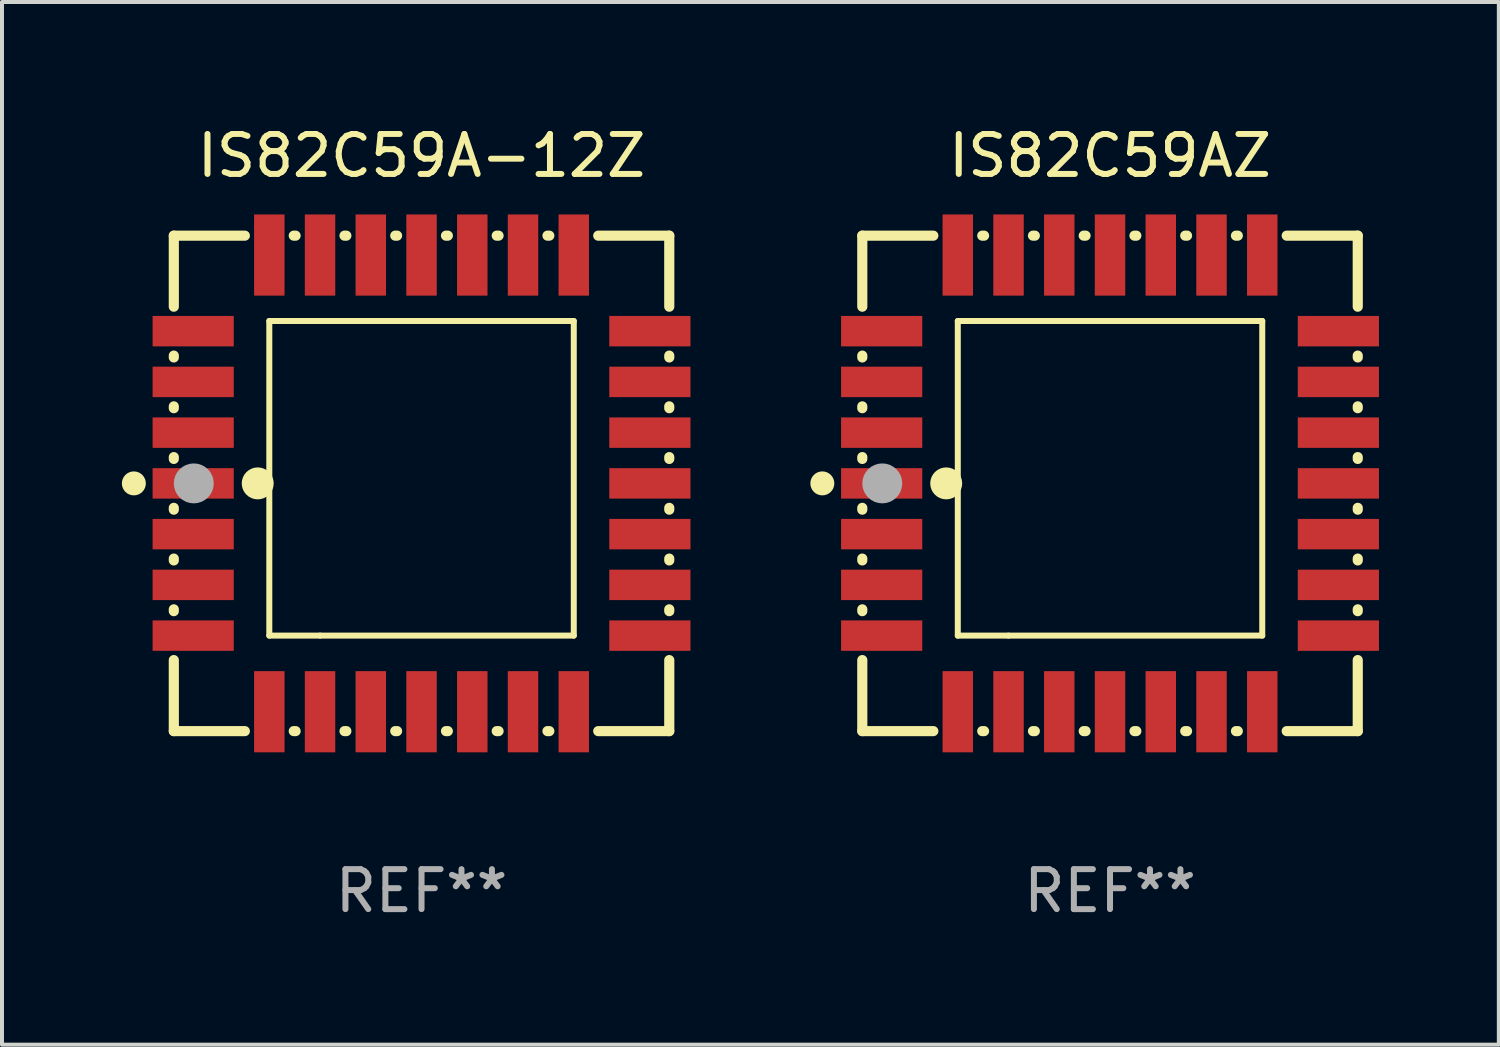
<source format=kicad_pcb>
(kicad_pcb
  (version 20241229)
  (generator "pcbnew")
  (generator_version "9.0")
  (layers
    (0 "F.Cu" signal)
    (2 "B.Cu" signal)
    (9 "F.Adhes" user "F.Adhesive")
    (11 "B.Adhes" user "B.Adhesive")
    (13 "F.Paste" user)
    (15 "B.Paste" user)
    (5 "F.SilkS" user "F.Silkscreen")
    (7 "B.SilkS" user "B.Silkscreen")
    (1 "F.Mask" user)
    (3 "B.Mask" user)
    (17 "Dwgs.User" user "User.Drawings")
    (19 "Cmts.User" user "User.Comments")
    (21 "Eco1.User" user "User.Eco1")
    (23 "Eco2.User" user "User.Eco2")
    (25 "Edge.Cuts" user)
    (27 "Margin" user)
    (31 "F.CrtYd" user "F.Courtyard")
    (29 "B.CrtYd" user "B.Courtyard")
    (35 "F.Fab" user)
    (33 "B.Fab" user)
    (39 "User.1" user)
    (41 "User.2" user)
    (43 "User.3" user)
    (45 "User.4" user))
  (footprint "IS82C59AZ"
    (layer "F.Cu")
    (at 24.731 9.048)
    (property "Reference" "IS82C59AZ" (at 0 -8.2 0) (layer "F.SilkS") (effects (font (size 1 1) (thickness 0.15))))
    (attr through_hole)
    (fp_line (start -6.2 -6.2) (end -4.422 -6.2) (stroke (width 0.254) (type solid)) (layer "F.SilkS"))
    (fp_line (start -6.2 -4.422) (end -6.2 -6.2) (stroke (width 0.254) (type solid)) (layer "F.SilkS"))
    (fp_line (start -6.2 -3.152) (end -6.2 -3.198) (stroke (width 0.254) (type solid)) (layer "F.SilkS"))
    (fp_line (start -6.2 -1.882) (end -6.2 -1.928) (stroke (width 0.254) (type solid)) (layer "F.SilkS"))
    (fp_line (start -6.2 -0.612) (end -6.2 -0.658) (stroke (width 0.254) (type solid)) (layer "F.SilkS"))
    (fp_line (start -6.2 0.658) (end -6.2 0.612) (stroke (width 0.254) (type solid)) (layer "F.SilkS"))
    (fp_line (start -6.2 1.928) (end -6.2 1.882) (stroke (width 0.254) (type solid)) (layer "F.SilkS"))
    (fp_line (start -6.2 3.198) (end -6.2 3.152) (stroke (width 0.254) (type solid)) (layer "F.SilkS"))
    (fp_line (start -6.2 6.2) (end -6.2 4.422) (stroke (width 0.254) (type solid)) (layer "F.SilkS"))
    (fp_line (start -4.422 6.2) (end -6.2 6.2) (stroke (width 0.254) (type solid)) (layer "F.SilkS"))
    (fp_line (start -3.81 -4.064) (end 3.81 -4.064) (stroke (width 0.15) (type solid)) (layer "F.SilkS"))
    (fp_line (start -3.81 3.81) (end -3.81 -4.064) (stroke (width 0.15) (type solid)) (layer "F.SilkS"))
    (fp_line (start -3.198 -6.2) (end -3.152 -6.2) (stroke (width 0.254) (type solid)) (layer "F.SilkS"))
    (fp_line (start -3.152 6.2) (end -3.198 6.2) (stroke (width 0.254) (type solid)) (layer "F.SilkS"))
    (fp_line (start -2.54 3.81) (end -3.81 3.81) (stroke (width 0.15) (type solid)) (layer "F.SilkS"))
    (fp_line (start -1.928 -6.2) (end -1.882 -6.2) (stroke (width 0.254) (type solid)) (layer "F.SilkS"))
    (fp_line (start -1.882 6.2) (end -1.928 6.2) (stroke (width 0.254) (type solid)) (layer "F.SilkS"))
    (fp_line (start -0.658 -6.2) (end -0.612 -6.2) (stroke (width 0.254) (type solid)) (layer "F.SilkS"))
    (fp_line (start -0.612 6.2) (end -0.658 6.2) (stroke (width 0.254) (type solid)) (layer "F.SilkS"))
    (fp_line (start 0.612 -6.2) (end 0.658 -6.2) (stroke (width 0.254) (type solid)) (layer "F.SilkS"))
    (fp_line (start 0.658 6.2) (end 0.612 6.2) (stroke (width 0.254) (type solid)) (layer "F.SilkS"))
    (fp_line (start 1.882 -6.2) (end 1.928 -6.2) (stroke (width 0.254) (type solid)) (layer "F.SilkS"))
    (fp_line (start 1.928 6.2) (end 1.882 6.2) (stroke (width 0.254) (type solid)) (layer "F.SilkS"))
    (fp_line (start 3.152 -6.2) (end 3.198 -6.2) (stroke (width 0.254) (type solid)) (layer "F.SilkS"))
    (fp_line (start 3.198 6.2) (end 3.152 6.2) (stroke (width 0.254) (type solid)) (layer "F.SilkS"))
    (fp_line (start 3.81 -4.064) (end 3.81 3.81) (stroke (width 0.15) (type solid)) (layer "F.SilkS"))
    (fp_line (start 3.81 3.81) (end -2.54 3.81) (stroke (width 0.15) (type solid)) (layer "F.SilkS"))
    (fp_line (start 4.422 -6.2) (end 6.2 -6.2) (stroke (width 0.254) (type solid)) (layer "F.SilkS"))
    (fp_line (start 6.2 -6.2) (end 6.2 -4.422) (stroke (width 0.254) (type solid)) (layer "F.SilkS"))
    (fp_line (start 6.2 -3.198) (end 6.2 -3.152) (stroke (width 0.254) (type solid)) (layer "F.SilkS"))
    (fp_line (start 6.2 -1.928) (end 6.2 -1.882) (stroke (width 0.254) (type solid)) (layer "F.SilkS"))
    (fp_line (start 6.2 -0.658) (end 6.2 -0.612) (stroke (width 0.254) (type solid)) (layer "F.SilkS"))
    (fp_line (start 6.2 0.612) (end 6.2 0.658) (stroke (width 0.254) (type solid)) (layer "F.SilkS"))
    (fp_line (start 6.2 1.882) (end 6.2 1.928) (stroke (width 0.254) (type solid)) (layer "F.SilkS"))
    (fp_line (start 6.2 3.152) (end 6.2 3.198) (stroke (width 0.254) (type solid)) (layer "F.SilkS"))
    (fp_line (start 6.2 4.422) (end 6.2 6.2) (stroke (width 0.254) (type solid)) (layer "F.SilkS"))
    (fp_line (start 6.2 6.2) (end 4.422 6.2) (stroke (width 0.254) (type solid)) (layer "F.SilkS"))
    (fp_circle (center -7.2 0) (end -7.05 0) (stroke (width 0.3) (type solid)) (fill no) (layer "F.SilkS"))
    (fp_circle (center -6.223 6.223) (end -6.193 6.223) (stroke (width 0.06) (type solid)) (fill no) (layer "F.SilkS"))
    (fp_circle (center -4.1 0) (end -3.9 0) (stroke (width 0.4) (type solid)) (fill no) (layer "F.SilkS"))
    (fp_circle (center -5.7 0) (end -5.45 0) (stroke (width 0.5) (type solid)) (fill no) (layer "F.Fab"))
    (fp_text user "REF**" (at 0 10.2 0) (layer "F.Fab") (effects (font (size 1 1) (thickness 0.15))))
    (pad "1" smd rect (at -5.715 0) (size 2.032 0.762) (layers "F.Cu" "F.Mask" "F.Paste"))
    (pad "2" smd rect (at -5.715 1.27) (size 2.032 0.762) (layers "F.Cu" "F.Mask" "F.Paste"))
    (pad "3" smd rect (at -5.715 2.54) (size 2.032 0.762) (layers "F.Cu" "F.Mask" "F.Paste"))
    (pad "4" smd rect (at -5.715 3.81) (size 2.032 0.762) (layers "F.Cu" "F.Mask" "F.Paste"))
    (pad "5" smd rect (at -3.81 5.715) (size 0.762 2.032) (layers "F.Cu" "F.Mask" "F.Paste"))
    (pad "6" smd rect (at -2.54 5.715) (size 0.762 2.032) (layers "F.Cu" "F.Mask" "F.Paste"))
    (pad "7" smd rect (at -1.27 5.715) (size 0.762 2.032) (layers "F.Cu" "F.Mask" "F.Paste"))
    (pad "8" smd rect (at 0 5.715) (size 0.762 2.032) (layers "F.Cu" "F.Mask" "F.Paste"))
    (pad "9" smd rect (at 1.27 5.715) (size 0.762 2.032) (layers "F.Cu" "F.Mask" "F.Paste"))
    (pad "10" smd rect (at 2.54 5.715) (size 0.762 2.032) (layers "F.Cu" "F.Mask" "F.Paste"))
    (pad "11" smd rect (at 3.81 5.715) (size 0.762 2.032) (layers "F.Cu" "F.Mask" "F.Paste"))
    (pad "12" smd rect (at 5.715 3.81) (size 2.032 0.762) (layers "F.Cu" "F.Mask" "F.Paste"))
    (pad "13" smd rect (at 5.715 2.54) (size 2.032 0.762) (layers "F.Cu" "F.Mask" "F.Paste"))
    (pad "14" smd rect (at 5.715 1.27) (size 2.032 0.762) (layers "F.Cu" "F.Mask" "F.Paste"))
    (pad "15" smd rect (at 5.715 0) (size 2.032 0.762) (layers "F.Cu" "F.Mask" "F.Paste"))
    (pad "16" smd rect (at 5.715 -1.27) (size 2.032 0.762) (layers "F.Cu" "F.Mask" "F.Paste"))
    (pad "17" smd rect (at 5.715 -2.54) (size 2.032 0.762) (layers "F.Cu" "F.Mask" "F.Paste"))
    (pad "18" smd rect (at 5.715 -3.81) (size 2.032 0.762) (layers "F.Cu" "F.Mask" "F.Paste"))
    (pad "19" smd rect (at 3.81 -5.715) (size 0.762 2.032) (layers "F.Cu" "F.Mask" "F.Paste"))
    (pad "20" smd rect (at 2.54 -5.715) (size 0.762 2.032) (layers "F.Cu" "F.Mask" "F.Paste"))
    (pad "21" smd rect (at 1.27 -5.715) (size 0.762 2.032) (layers "F.Cu" "F.Mask" "F.Paste"))
    (pad "22" smd rect (at 0 -5.715) (size 0.762 2.032) (layers "F.Cu" "F.Mask" "F.Paste"))
    (pad "23" smd rect (at -1.27 -5.715) (size 0.762 2.032) (layers "F.Cu" "F.Mask" "F.Paste"))
    (pad "24" smd rect (at -2.54 -5.715) (size 0.762 2.032) (layers "F.Cu" "F.Mask" "F.Paste"))
    (pad "25" smd rect (at -3.81 -5.715) (size 0.762 2.032) (layers "F.Cu" "F.Mask" "F.Paste"))
    (pad "26" smd rect (at -5.715 -3.81) (size 2.032 0.762) (layers "F.Cu" "F.Mask" "F.Paste"))
    (pad "27" smd rect (at -5.715 -2.54) (size 2.032 0.762) (layers "F.Cu" "F.Mask" "F.Paste"))
    (pad "28" smd rect (at -5.715 -1.27) (size 2.032 0.762) (layers "F.Cu" "F.Mask" "F.Paste")))
  (footprint "IS82C59A-12Z"
    (layer "F.Cu")
    (at 7.5 9.048)
    (property "Reference" "IS82C59A-12Z" (at 0 -8.2 0) (layer "F.SilkS") (effects (font (size 1 1) (thickness 0.15))))
    (attr through_hole)
    (fp_line (start -6.2 -6.2) (end -4.422 -6.2) (stroke (width 0.254) (type solid)) (layer "F.SilkS"))
    (fp_line (start -6.2 -4.422) (end -6.2 -6.2) (stroke (width 0.254) (type solid)) (layer "F.SilkS"))
    (fp_line (start -6.2 -3.152) (end -6.2 -3.198) (stroke (width 0.254) (type solid)) (layer "F.SilkS"))
    (fp_line (start -6.2 -1.882) (end -6.2 -1.928) (stroke (width 0.254) (type solid)) (layer "F.SilkS"))
    (fp_line (start -6.2 -0.612) (end -6.2 -0.658) (stroke (width 0.254) (type solid)) (layer "F.SilkS"))
    (fp_line (start -6.2 0.658) (end -6.2 0.612) (stroke (width 0.254) (type solid)) (layer "F.SilkS"))
    (fp_line (start -6.2 1.928) (end -6.2 1.882) (stroke (width 0.254) (type solid)) (layer "F.SilkS"))
    (fp_line (start -6.2 3.198) (end -6.2 3.152) (stroke (width 0.254) (type solid)) (layer "F.SilkS"))
    (fp_line (start -6.2 6.2) (end -6.2 4.422) (stroke (width 0.254) (type solid)) (layer "F.SilkS"))
    (fp_line (start -4.422 6.2) (end -6.2 6.2) (stroke (width 0.254) (type solid)) (layer "F.SilkS"))
    (fp_line (start -3.81 -4.064) (end 3.81 -4.064) (stroke (width 0.15) (type solid)) (layer "F.SilkS"))
    (fp_line (start -3.81 3.81) (end -3.81 -4.064) (stroke (width 0.15) (type solid)) (layer "F.SilkS"))
    (fp_line (start -3.198 -6.2) (end -3.152 -6.2) (stroke (width 0.254) (type solid)) (layer "F.SilkS"))
    (fp_line (start -3.152 6.2) (end -3.198 6.2) (stroke (width 0.254) (type solid)) (layer "F.SilkS"))
    (fp_line (start -2.54 3.81) (end -3.81 3.81) (stroke (width 0.15) (type solid)) (layer "F.SilkS"))
    (fp_line (start -1.928 -6.2) (end -1.882 -6.2) (stroke (width 0.254) (type solid)) (layer "F.SilkS"))
    (fp_line (start -1.882 6.2) (end -1.928 6.2) (stroke (width 0.254) (type solid)) (layer "F.SilkS"))
    (fp_line (start -0.658 -6.2) (end -0.612 -6.2) (stroke (width 0.254) (type solid)) (layer "F.SilkS"))
    (fp_line (start -0.612 6.2) (end -0.658 6.2) (stroke (width 0.254) (type solid)) (layer "F.SilkS"))
    (fp_line (start 0.612 -6.2) (end 0.658 -6.2) (stroke (width 0.254) (type solid)) (layer "F.SilkS"))
    (fp_line (start 0.658 6.2) (end 0.612 6.2) (stroke (width 0.254) (type solid)) (layer "F.SilkS"))
    (fp_line (start 1.882 -6.2) (end 1.928 -6.2) (stroke (width 0.254) (type solid)) (layer "F.SilkS"))
    (fp_line (start 1.928 6.2) (end 1.882 6.2) (stroke (width 0.254) (type solid)) (layer "F.SilkS"))
    (fp_line (start 3.152 -6.2) (end 3.198 -6.2) (stroke (width 0.254) (type solid)) (layer "F.SilkS"))
    (fp_line (start 3.198 6.2) (end 3.152 6.2) (stroke (width 0.254) (type solid)) (layer "F.SilkS"))
    (fp_line (start 3.81 -4.064) (end 3.81 3.81) (stroke (width 0.15) (type solid)) (layer "F.SilkS"))
    (fp_line (start 3.81 3.81) (end -2.54 3.81) (stroke (width 0.15) (type solid)) (layer "F.SilkS"))
    (fp_line (start 4.422 -6.2) (end 6.2 -6.2) (stroke (width 0.254) (type solid)) (layer "F.SilkS"))
    (fp_line (start 6.2 -6.2) (end 6.2 -4.422) (stroke (width 0.254) (type solid)) (layer "F.SilkS"))
    (fp_line (start 6.2 -3.198) (end 6.2 -3.152) (stroke (width 0.254) (type solid)) (layer "F.SilkS"))
    (fp_line (start 6.2 -1.928) (end 6.2 -1.882) (stroke (width 0.254) (type solid)) (layer "F.SilkS"))
    (fp_line (start 6.2 -0.658) (end 6.2 -0.612) (stroke (width 0.254) (type solid)) (layer "F.SilkS"))
    (fp_line (start 6.2 0.612) (end 6.2 0.658) (stroke (width 0.254) (type solid)) (layer "F.SilkS"))
    (fp_line (start 6.2 1.882) (end 6.2 1.928) (stroke (width 0.254) (type solid)) (layer "F.SilkS"))
    (fp_line (start 6.2 3.152) (end 6.2 3.198) (stroke (width 0.254) (type solid)) (layer "F.SilkS"))
    (fp_line (start 6.2 4.422) (end 6.2 6.2) (stroke (width 0.254) (type solid)) (layer "F.SilkS"))
    (fp_line (start 6.2 6.2) (end 4.422 6.2) (stroke (width 0.254) (type solid)) (layer "F.SilkS"))
    (fp_circle (center -7.2 0) (end -7.05 0) (stroke (width 0.3) (type solid)) (fill no) (layer "F.SilkS"))
    (fp_circle (center -6.223 6.223) (end -6.193 6.223) (stroke (width 0.06) (type solid)) (fill no) (layer "F.SilkS"))
    (fp_circle (center -4.1 0) (end -3.9 0) (stroke (width 0.4) (type solid)) (fill no) (layer "F.SilkS"))
    (fp_circle (center -5.7 0) (end -5.45 0) (stroke (width 0.5) (type solid)) (fill no) (layer "F.Fab"))
    (fp_text user "REF**" (at 0 10.2 0) (layer "F.Fab") (effects (font (size 1 1) (thickness 0.15))))
    (pad "1" smd rect (at -5.715 0) (size 2.032 0.762) (layers "F.Cu" "F.Mask" "F.Paste"))
    (pad "2" smd rect (at -5.715 1.27) (size 2.032 0.762) (layers "F.Cu" "F.Mask" "F.Paste"))
    (pad "3" smd rect (at -5.715 2.54) (size 2.032 0.762) (layers "F.Cu" "F.Mask" "F.Paste"))
    (pad "4" smd rect (at -5.715 3.81) (size 2.032 0.762) (layers "F.Cu" "F.Mask" "F.Paste"))
    (pad "5" smd rect (at -3.81 5.715) (size 0.762 2.032) (layers "F.Cu" "F.Mask" "F.Paste"))
    (pad "6" smd rect (at -2.54 5.715) (size 0.762 2.032) (layers "F.Cu" "F.Mask" "F.Paste"))
    (pad "7" smd rect (at -1.27 5.715) (size 0.762 2.032) (layers "F.Cu" "F.Mask" "F.Paste"))
    (pad "8" smd rect (at 0 5.715) (size 0.762 2.032) (layers "F.Cu" "F.Mask" "F.Paste"))
    (pad "9" smd rect (at 1.27 5.715) (size 0.762 2.032) (layers "F.Cu" "F.Mask" "F.Paste"))
    (pad "10" smd rect (at 2.54 5.715) (size 0.762 2.032) (layers "F.Cu" "F.Mask" "F.Paste"))
    (pad "11" smd rect (at 3.81 5.715) (size 0.762 2.032) (layers "F.Cu" "F.Mask" "F.Paste"))
    (pad "12" smd rect (at 5.715 3.81) (size 2.032 0.762) (layers "F.Cu" "F.Mask" "F.Paste"))
    (pad "13" smd rect (at 5.715 2.54) (size 2.032 0.762) (layers "F.Cu" "F.Mask" "F.Paste"))
    (pad "14" smd rect (at 5.715 1.27) (size 2.032 0.762) (layers "F.Cu" "F.Mask" "F.Paste"))
    (pad "15" smd rect (at 5.715 0) (size 2.032 0.762) (layers "F.Cu" "F.Mask" "F.Paste"))
    (pad "16" smd rect (at 5.715 -1.27) (size 2.032 0.762) (layers "F.Cu" "F.Mask" "F.Paste"))
    (pad "17" smd rect (at 5.715 -2.54) (size 2.032 0.762) (layers "F.Cu" "F.Mask" "F.Paste"))
    (pad "18" smd rect (at 5.715 -3.81) (size 2.032 0.762) (layers "F.Cu" "F.Mask" "F.Paste"))
    (pad "19" smd rect (at 3.81 -5.715) (size 0.762 2.032) (layers "F.Cu" "F.Mask" "F.Paste"))
    (pad "20" smd rect (at 2.54 -5.715) (size 0.762 2.032) (layers "F.Cu" "F.Mask" "F.Paste"))
    (pad "21" smd rect (at 1.27 -5.715) (size 0.762 2.032) (layers "F.Cu" "F.Mask" "F.Paste"))
    (pad "22" smd rect (at 0 -5.715) (size 0.762 2.032) (layers "F.Cu" "F.Mask" "F.Paste"))
    (pad "23" smd rect (at -1.27 -5.715) (size 0.762 2.032) (layers "F.Cu" "F.Mask" "F.Paste"))
    (pad "24" smd rect (at -2.54 -5.715) (size 0.762 2.032) (layers "F.Cu" "F.Mask" "F.Paste"))
    (pad "25" smd rect (at -3.81 -5.715) (size 0.762 2.032) (layers "F.Cu" "F.Mask" "F.Paste"))
    (pad "26" smd rect (at -5.715 -3.81) (size 2.032 0.762) (layers "F.Cu" "F.Mask" "F.Paste"))
    (pad "27" smd rect (at -5.715 -2.54) (size 2.032 0.762) (layers "F.Cu" "F.Mask" "F.Paste"))
    (pad "28" smd rect (at -5.715 -1.27) (size 2.032 0.762) (layers "F.Cu" "F.Mask" "F.Paste")))
  (gr_rect
    (start -3 -3)
    (end 34.462 23.096)
    (stroke (width 0.1) (type default))
    (fill no)
    (layer "Edge.Cuts")))
</source>
